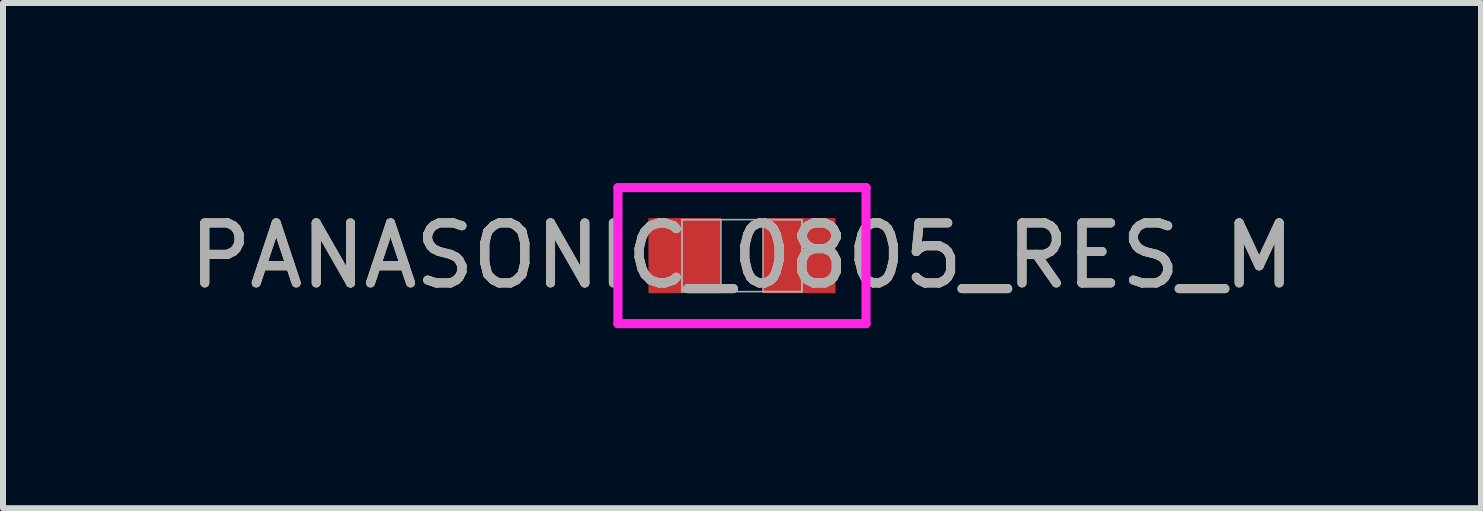
<source format=kicad_pcb>
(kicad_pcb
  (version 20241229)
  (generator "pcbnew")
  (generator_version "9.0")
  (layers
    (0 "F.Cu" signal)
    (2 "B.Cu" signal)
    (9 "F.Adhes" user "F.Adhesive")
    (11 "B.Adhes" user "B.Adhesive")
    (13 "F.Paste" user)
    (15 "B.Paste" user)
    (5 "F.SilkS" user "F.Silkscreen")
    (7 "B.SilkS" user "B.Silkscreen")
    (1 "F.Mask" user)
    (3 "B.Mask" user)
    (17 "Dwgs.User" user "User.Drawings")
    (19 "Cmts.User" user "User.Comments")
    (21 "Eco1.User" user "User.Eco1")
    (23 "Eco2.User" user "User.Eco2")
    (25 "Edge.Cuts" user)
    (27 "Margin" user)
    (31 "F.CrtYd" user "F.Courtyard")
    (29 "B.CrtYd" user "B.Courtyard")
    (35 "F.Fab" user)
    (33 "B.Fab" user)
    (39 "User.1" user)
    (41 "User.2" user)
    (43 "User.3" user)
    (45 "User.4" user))
  (footprint "PANASONIC_0805_RES_M"
    (layer "F.Cu")
    (at 9.315 1.21)
    (property "Reference" "PANASONIC_0805_RES_M" (at 0 0 0) (unlocked yes) (layer "F.SilkS") (effects (font (size 1 1) (thickness 0.15))))
    (attr smd)
    (fp_line (start -2.067 -1.133) (end 2.067 -1.133) (stroke (width 0.152) (type solid)) (layer "F.CrtYd"))
    (fp_line (start -2.067 1.133) (end -2.067 -1.133) (stroke (width 0.152) (type solid)) (layer "F.CrtYd"))
    (fp_line (start 2.067 -1.133) (end 2.067 1.133) (stroke (width 0.152) (type solid)) (layer "F.CrtYd"))
    (fp_line (start 2.067 1.133) (end -2.067 1.133) (stroke (width 0.152) (type solid)) (layer "F.CrtYd"))
    (fp_line (start -1 -0.6) (end -1 0.6) (stroke (width 0.025) (type solid)) (layer "F.Fab"))
    (fp_line (start -1 -0.6) (end -1 0.6) (stroke (width 0.025) (type solid)) (layer "F.Fab"))
    (fp_line (start -1 0.6) (end -0.35 0.6) (stroke (width 0.025) (type solid)) (layer "F.Fab"))
    (fp_line (start -1 0.6) (end 1 0.6) (stroke (width 0.025) (type solid)) (layer "F.Fab"))
    (fp_line (start -0.35 -0.6) (end -1 -0.6) (stroke (width 0.025) (type solid)) (layer "F.Fab"))
    (fp_line (start -0.35 0.6) (end -0.35 -0.6) (stroke (width 0.025) (type solid)) (layer "F.Fab"))
    (fp_line (start 0.35 -0.6) (end 0.35 0.6) (stroke (width 0.025) (type solid)) (layer "F.Fab"))
    (fp_line (start 0.35 0.6) (end 1 0.6) (stroke (width 0.025) (type solid)) (layer "F.Fab"))
    (fp_line (start 1 -0.6) (end -1 -0.6) (stroke (width 0.025) (type solid)) (layer "F.Fab"))
    (fp_line (start 1 -0.6) (end 0.35 -0.6) (stroke (width 0.025) (type solid)) (layer "F.Fab"))
    (fp_line (start 1 0.6) (end 1 -0.6) (stroke (width 0.025) (type solid)) (layer "F.Fab"))
    (fp_line (start 1 0.6) (end 1 -0.6) (stroke (width 0.025) (type solid)) (layer "F.Fab"))
    (fp_text user "${REFERENCE}" (at 0 0 0) (unlocked yes) (layer "F.Fab") (effects (font (size 1 1) (thickness 0.15))))
    (pad "1" smd rect (at -0.954 0) (size 1.209 1.251) (layers "F.Cu" "F.Mask" "F.Paste"))
    (pad "2" smd rect (at 0.954 0) (size 1.209 1.251) (layers "F.Cu" "F.Mask" "F.Paste"))
    (zone (net_name "") (layer "F.Cu") (hatch full 0.508) (connect_pads) (min_thickness 0.254) (filled_areas_thickness no) (keepout (tracks not_allowed) (vias not_allowed) (pads allowed) (copperpour not_allowed) (footprints allowed)) (placement (enabled no)) (fill) (polygon (pts (xy 9.016 0.66) (xy 9.615 0.66) (xy 9.615 1.759) (xy 9.016 1.759)))))
  (gr_rect
    (start -3 -3)
    (end 21.631 5.419)
    (stroke (width 0.1) (type default))
    (fill no)
    (layer "Edge.Cuts")))
</source>
